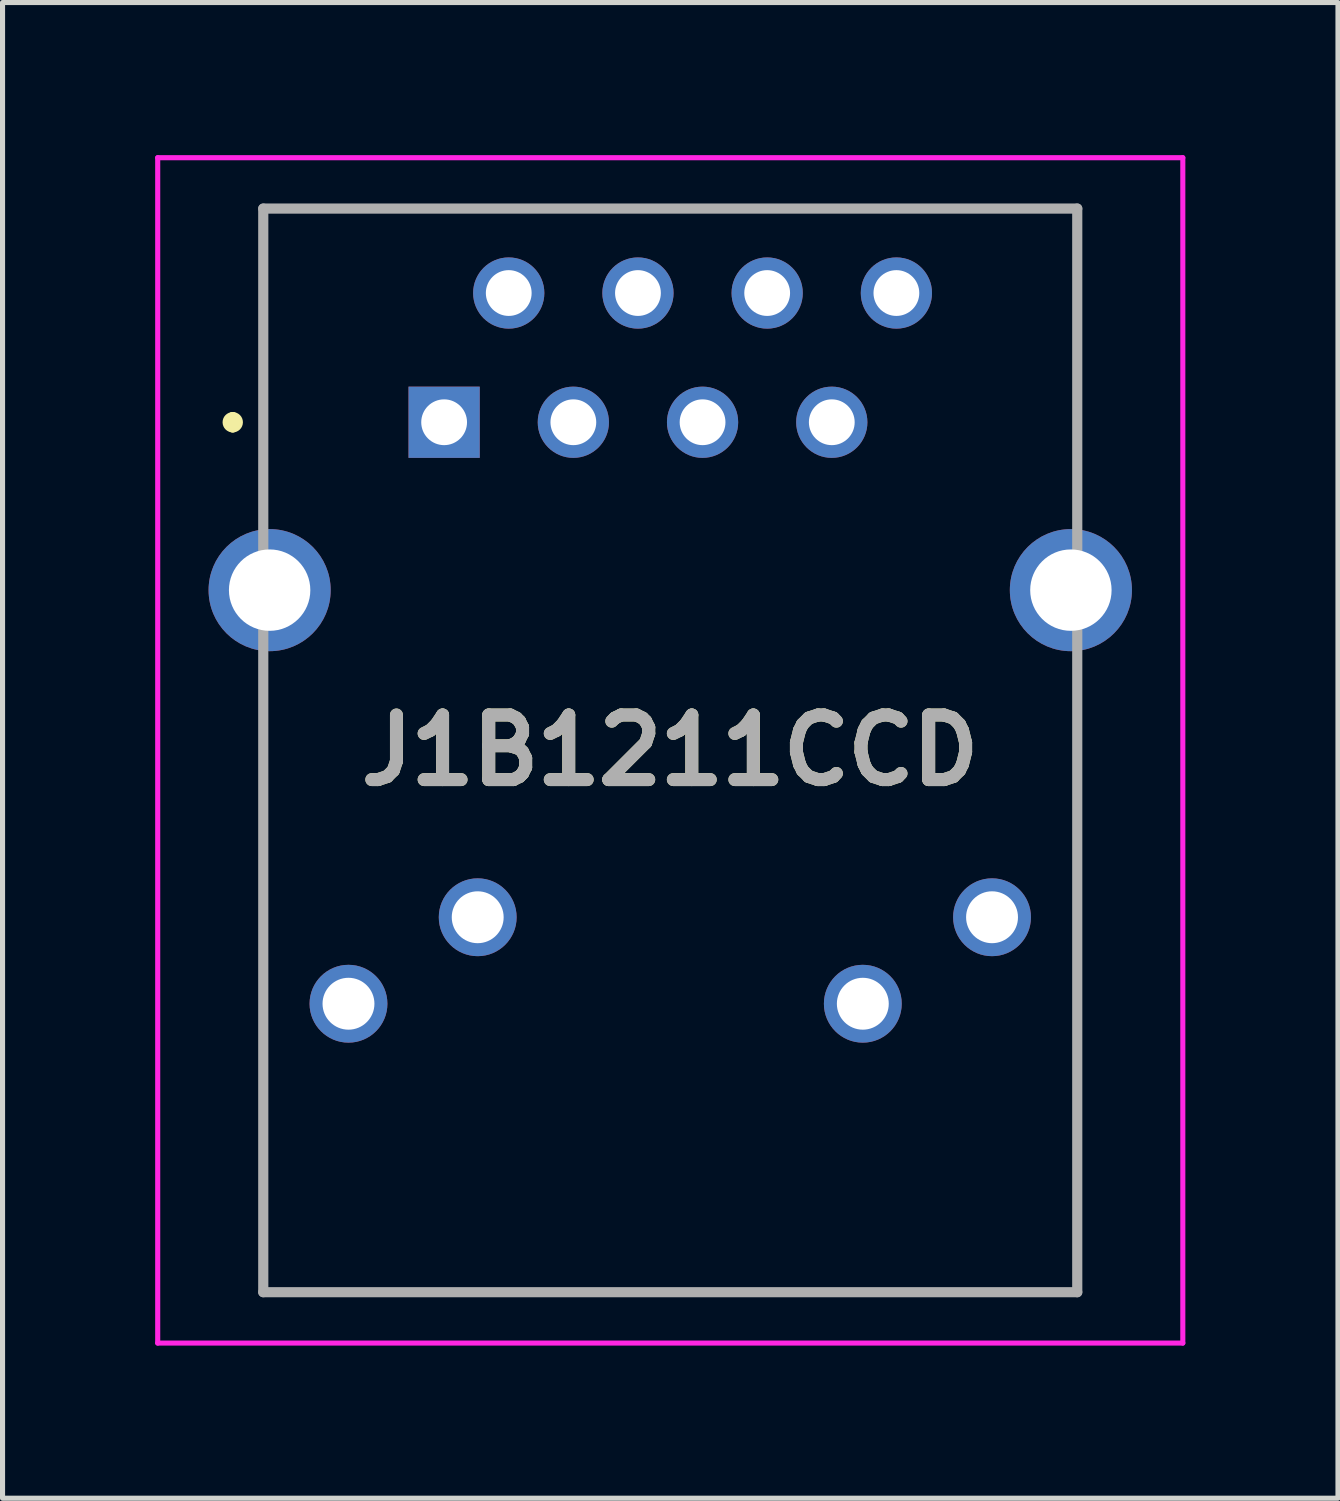
<source format=kicad_pcb>
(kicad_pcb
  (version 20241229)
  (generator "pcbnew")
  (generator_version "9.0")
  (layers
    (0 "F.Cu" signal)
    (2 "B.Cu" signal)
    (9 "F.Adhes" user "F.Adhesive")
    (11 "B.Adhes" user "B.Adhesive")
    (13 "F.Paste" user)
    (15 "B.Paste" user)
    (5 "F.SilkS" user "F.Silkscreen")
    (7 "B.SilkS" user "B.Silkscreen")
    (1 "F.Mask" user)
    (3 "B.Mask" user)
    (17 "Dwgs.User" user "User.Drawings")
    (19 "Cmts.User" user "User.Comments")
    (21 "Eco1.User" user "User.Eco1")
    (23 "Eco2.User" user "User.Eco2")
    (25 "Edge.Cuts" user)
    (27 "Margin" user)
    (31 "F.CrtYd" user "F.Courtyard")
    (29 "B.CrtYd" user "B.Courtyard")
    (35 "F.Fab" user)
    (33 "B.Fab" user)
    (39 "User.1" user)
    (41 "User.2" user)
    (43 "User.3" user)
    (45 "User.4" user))
  (footprint "J1B1211CCD"
    (layer "F.Cu")
    (at 10.125 11.7)
    (property "Reference" "J1B1211CCD" (at 0 0 0) (layer "F.SilkS") (effects (font (size 1.27 1.27) (thickness 0.254))))
    (attr through_hole)
    (fp_line (start -8.6 -6.55) (end -8.6 -6.55) (stroke (width 0.2) (type solid)) (layer "F.SilkS"))
    (fp_line (start -8.6 -6.35) (end -8.6 -6.35) (stroke (width 0.2) (type solid)) (layer "F.SilkS"))
    (fp_line (start -8 -10.65) (end 8 -10.65) (stroke (width 0.1) (type solid)) (layer "F.SilkS"))
    (fp_line (start -8 -4.85) (end -8 -10.65) (stroke (width 0.1) (type solid)) (layer "F.SilkS"))
    (fp_line (start -8 -1.35) (end -8 10.65) (stroke (width 0.1) (type solid)) (layer "F.SilkS"))
    (fp_line (start -8 10.65) (end 8 10.65) (stroke (width 0.1) (type solid)) (layer "F.SilkS"))
    (fp_line (start 8 -10.65) (end 8 -4.85) (stroke (width 0.1) (type solid)) (layer "F.SilkS"))
    (fp_line (start 8 10.65) (end 8 -1.35) (stroke (width 0.1) (type solid)) (layer "F.SilkS"))
    (fp_arc (start -8.6 -6.55) (mid -8.5 -6.45) (end -8.6 -6.35) (stroke (width 0.2) (type solid)) (layer "F.SilkS"))
    (fp_arc (start -8.6 -6.35) (mid -8.7 -6.45) (end -8.6 -6.55) (stroke (width 0.2) (type solid)) (layer "F.SilkS"))
    (fp_line (start -10.075 -11.65) (end 10.075 -11.65) (stroke (width 0.1) (type solid)) (layer "F.CrtYd"))
    (fp_line (start -10.075 11.65) (end -10.075 -11.65) (stroke (width 0.1) (type solid)) (layer "F.CrtYd"))
    (fp_line (start 10.075 -11.65) (end 10.075 11.65) (stroke (width 0.1) (type solid)) (layer "F.CrtYd"))
    (fp_line (start 10.075 11.65) (end -10.075 11.65) (stroke (width 0.1) (type solid)) (layer "F.CrtYd"))
    (fp_line (start -8 -10.65) (end 8 -10.65) (stroke (width 0.2) (type solid)) (layer "F.Fab"))
    (fp_line (start -8 10.65) (end -8 -10.65) (stroke (width 0.2) (type solid)) (layer "F.Fab"))
    (fp_line (start 8 -10.65) (end 8 10.65) (stroke (width 0.2) (type solid)) (layer "F.Fab"))
    (fp_line (start 8 10.65) (end -8 10.65) (stroke (width 0.2) (type solid)) (layer "F.Fab"))
    (fp_text user "${REFERENCE}" (at 0 0 0) (layer "F.Fab") (effects (font (size 1.27 1.27) (thickness 0.254))))
    (pad "" np_thru_hole circle (at -5.715 -0.1) (size 0.001 0.001) (drill 3.25) (layers "*.Cu" "*.Mask"))
    (pad "" np_thru_hole circle (at 5.715 -0.1) (size 0.001 0.001) (drill 3.25) (layers "*.Cu" "*.Mask"))
    (pad "1" thru_hole rect (at -4.445 -6.45) (size 1.4 1.4) (drill 0.9) (layers "*.Cu" "*.Mask"))
    (pad "2" thru_hole circle (at -3.175 -8.99) (size 1.4 1.4) (drill 0.9) (layers "*.Cu" "*.Mask"))
    (pad "3" thru_hole circle (at -1.905 -6.45) (size 1.4 1.4) (drill 0.9) (layers "*.Cu" "*.Mask"))
    (pad "4" thru_hole circle (at -0.635 -8.99) (size 1.4 1.4) (drill 0.9) (layers "*.Cu" "*.Mask"))
    (pad "5" thru_hole circle (at 0.635 -6.45) (size 1.4 1.4) (drill 0.9) (layers "*.Cu" "*.Mask"))
    (pad "6" thru_hole circle (at 1.905 -8.99) (size 1.4 1.4) (drill 0.9) (layers "*.Cu" "*.Mask"))
    (pad "7" thru_hole circle (at 3.175 -6.45) (size 1.4 1.4) (drill 0.9) (layers "*.Cu" "*.Mask"))
    (pad "8" thru_hole circle (at 4.445 -8.99) (size 1.4 1.4) (drill 0.9) (layers "*.Cu" "*.Mask"))
    (pad "9" thru_hole circle (at -6.325 4.98) (size 1.53 1.53) (drill 1.02) (layers "*.Cu" "*.Mask"))
    (pad "10" thru_hole circle (at -3.785 3.28) (size 1.53 1.53) (drill 1.02) (layers "*.Cu" "*.Mask"))
    (pad "11" thru_hole circle (at 3.785 4.98) (size 1.53 1.53) (drill 1.02) (layers "*.Cu" "*.Mask"))
    (pad "12" thru_hole circle (at 6.325 3.28) (size 1.53 1.53) (drill 1.02) (layers "*.Cu" "*.Mask"))
    (pad "13" thru_hole circle (at -7.875 -3.15) (size 2.4 2.4) (drill 1.6) (layers "*.Cu" "*.Mask"))
    (pad "14" thru_hole circle (at 7.875 -3.15) (size 2.4 2.4) (drill 1.6) (layers "*.Cu" "*.Mask")))
  (gr_rect
    (start -3 -3)
    (end 23.25 26.4)
    (stroke (width 0.1) (type default))
    (fill no)
    (layer "Edge.Cuts")))
</source>
